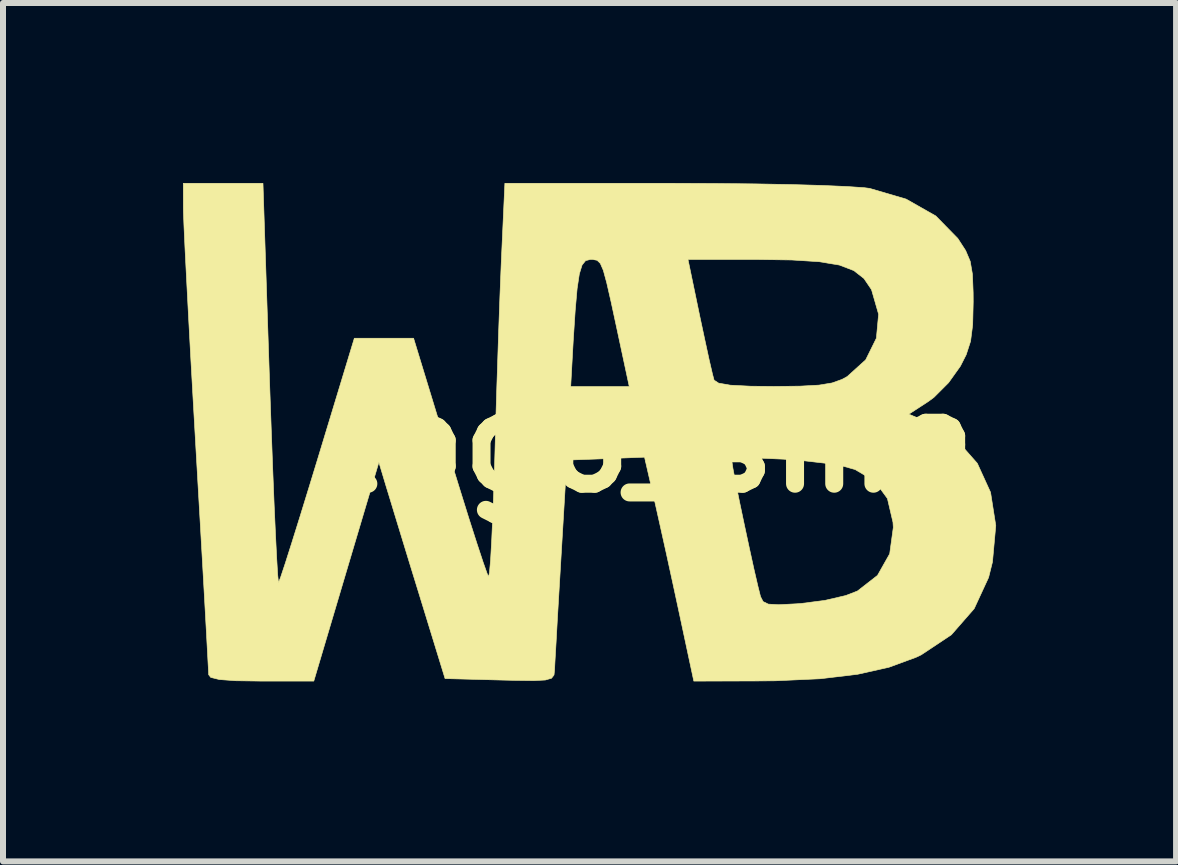
<source format=kicad_pcb>
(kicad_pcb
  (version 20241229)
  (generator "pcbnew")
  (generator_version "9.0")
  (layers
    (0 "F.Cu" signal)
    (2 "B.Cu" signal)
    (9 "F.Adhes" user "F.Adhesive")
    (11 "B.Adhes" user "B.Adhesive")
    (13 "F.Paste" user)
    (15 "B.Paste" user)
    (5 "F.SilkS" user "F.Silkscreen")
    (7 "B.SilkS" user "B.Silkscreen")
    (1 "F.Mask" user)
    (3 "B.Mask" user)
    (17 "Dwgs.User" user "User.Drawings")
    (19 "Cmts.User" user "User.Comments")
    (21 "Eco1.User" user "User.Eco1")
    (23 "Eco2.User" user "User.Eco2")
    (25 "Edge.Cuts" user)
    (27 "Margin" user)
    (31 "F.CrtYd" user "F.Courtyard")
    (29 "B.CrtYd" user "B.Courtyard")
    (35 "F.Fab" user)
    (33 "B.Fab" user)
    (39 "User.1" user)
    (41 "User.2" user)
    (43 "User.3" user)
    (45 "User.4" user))
  (footprint "logo_sma"
    (layer "F.Cu")
    (at 7.879 4.323)
    (property "Reference" "logo_sma" (at 0 0 0) (layer "F.SilkS") (effects (font (size 1.524 1.524) (thickness 0.3))))
    (attr through_hole)
    (fp_poly (pts (xy -6.435 -0.973) (xy -6.409 -0.241) (xy -6.384 0.434) (xy -6.36 1.034) (xy -6.337 1.541) (xy -6.317 1.937) (xy -6.301 2.206) (xy -6.288 2.329) (xy -6.285 2.334) (xy -6.251 2.246) (xy -6.175 2.018) (xy -6.065 1.672) (xy -5.927 1.231) (xy -5.769 0.718) (xy -5.635 0.28) (xy -5.023 -1.736) (xy -4.036 -1.736) (xy -3.436 0.228) (xy -3.267 0.776) (xy -3.113 1.27) (xy -2.98 1.685) (xy -2.876 2) (xy -2.808 2.191) (xy -2.786 2.24) (xy -2.771 2.172) (xy -2.752 1.958) (xy -2.733 1.618) (xy -2.713 1.175) (xy -2.694 0.651) (xy -2.68 0.191) (xy -2.662 -0.476) (xy -2.648 -0.931) (xy -1.417 -0.931) (xy -0.441 -0.931) (xy -0.645 -1.884) (xy -0.744 -2.343) (xy -0.817 -2.662) (xy -0.873 -2.867) (xy -0.923 -2.982) (xy -0.976 -3.034) (xy -1.042 -3.048) (xy -1.092 -3.048) (xy 0.538 -3.048) (xy 0.736 -2.095) (xy 0.819 -1.707) (xy 0.891 -1.375) (xy 0.946 -1.138) (xy 0.973 -1.037) (xy 1.049 -0.987) (xy 1.245 -0.953) (xy 1.58 -0.936) (xy 1.966 -0.932) (xy 2.408 -0.937) (xy 2.72 -0.954) (xy 2.939 -0.99) (xy 3.104 -1.049) (xy 3.192 -1.097) (xy 3.5 -1.376) (xy 3.678 -1.736) (xy 3.715 -2.136) (xy 3.599 -2.538) (xy 3.593 -2.551) (xy 3.471 -2.731) (xy 3.302 -2.863) (xy 3.062 -2.955) (xy 2.726 -3.011) (xy 2.268 -3.04) (xy 1.711 -3.048) (xy 0.538 -3.048) (xy -1.092 -3.048) (xy -1.168 -3.029) (xy -1.227 -2.956) (xy -1.273 -2.808) (xy -1.31 -2.562) (xy -1.342 -2.197) (xy -1.375 -1.69) (xy -1.383 -1.545) (xy -1.417 -0.931) (xy -2.648 -0.931) (xy -2.64 -1.168) (xy -2.618 -1.841) (xy -2.596 -2.45) (xy -2.576 -2.951) (xy -2.569 -3.112) (xy -2.514 -4.318) (xy 0.298 -4.318) (xy 0.994 -4.315) (xy 1.656 -4.308) (xy 2.259 -4.297) (xy 2.779 -4.282) (xy 3.191 -4.264) (xy 3.473 -4.245) (xy 3.566 -4.233) (xy 4.173 -4.055) (xy 4.668 -3.774) (xy 5.034 -3.4) (xy 5.037 -3.396) (xy 5.166 -3.197) (xy 5.242 -3.017) (xy 5.279 -2.802) (xy 5.291 -2.494) (xy 5.292 -2.342) (xy 5.283 -1.96) (xy 5.248 -1.686) (xy 5.175 -1.461) (xy 5.078 -1.27) (xy 4.881 -0.994) (xy 4.637 -0.75) (xy 4.542 -0.68) (xy 4.219 -0.47) (xy 4.544 -0.331) (xy 5.012 -0.045) (xy 5.36 0.349) (xy 5.581 0.833) (xy 5.668 1.387) (xy 5.613 1.993) (xy 5.548 2.253) (xy 5.308 2.772) (xy 4.928 3.207) (xy 4.426 3.541) (xy 4.338 3.583) (xy 3.886 3.749) (xy 3.363 3.866) (xy 2.743 3.94) (xy 1.996 3.974) (xy 1.651 3.977) (xy 0.635 3.979) (xy 0.395 2.857) (xy 0.287 2.356) (xy 0.173 1.833) (xy 0.066 1.352) (xy -0.015 0.991) (xy -0.17 0.319) (xy 1.27 0.319) (xy 1.287 0.434) (xy 1.333 0.675) (xy 1.399 1.002) (xy 1.478 1.377) (xy 1.56 1.76) (xy 1.637 2.111) (xy 1.702 2.392) (xy 1.745 2.563) (xy 1.748 2.573) (xy 1.79 2.654) (xy 1.877 2.696) (xy 2.05 2.706) (xy 2.344 2.691) (xy 2.426 2.685) (xy 2.82 2.634) (xy 3.168 2.553) (xy 3.362 2.478) (xy 3.697 2.217) (xy 3.9 1.857) (xy 3.96 1.419) (xy 3.955 1.333) (xy 3.862 0.936) (xy 3.653 0.65) (xy 3.324 0.453) (xy 3.128 0.398) (xy 2.837 0.349) (xy 2.491 0.309) (xy 2.128 0.28) (xy 1.786 0.265) (xy 1.504 0.267) (xy 1.32 0.287) (xy 1.27 0.319) (xy -0.17 0.319) (xy -0.186 0.247) (xy -0.834 0.272) (xy -1.482 0.296) (xy -1.58 1.947) (xy -1.611 2.471) (xy -1.639 2.946) (xy -1.661 3.344) (xy -1.678 3.634) (xy -1.686 3.787) (xy -1.686 3.792) (xy -1.695 3.877) (xy -1.736 3.931) (xy -1.839 3.961) (xy -2.032 3.971) (xy -2.347 3.967) (xy -2.602 3.961) (xy -3.511 3.937) (xy -3.94 2.54) (xy -4.092 2.047) (xy -4.235 1.579) (xy -4.359 1.173) (xy -4.452 0.867) (xy -4.492 0.737) (xy -4.614 0.331) (xy -5.157 2.155) (xy -5.699 3.979) (xy -6.575 3.979) (xy -6.999 3.973) (xy -7.273 3.953) (xy -7.417 3.917) (xy -7.451 3.873) (xy -7.456 3.769) (xy -7.47 3.513) (xy -7.491 3.124) (xy -7.519 2.62) (xy -7.553 2.019) (xy -7.592 1.338) (xy -7.635 0.595) (xy -7.662 0.127) (xy -7.707 -0.658) (xy -7.749 -1.403) (xy -7.786 -2.089) (xy -7.818 -2.696) (xy -7.844 -3.205) (xy -7.862 -3.595) (xy -7.872 -3.846) (xy -7.873 -3.916) (xy -7.874 -4.318) (xy -7.21 -4.318) (xy -6.546 -4.318) (xy -6.435 -0.973)) (stroke (width 0.01) (type solid)) (fill yes) (layer "F.SilkS")))
  (gr_rect
    (start -3 -3)
    (end 16.552 11.307)
    (stroke (width 0.1) (type default))
    (fill no)
    (layer "Edge.Cuts")))
</source>
